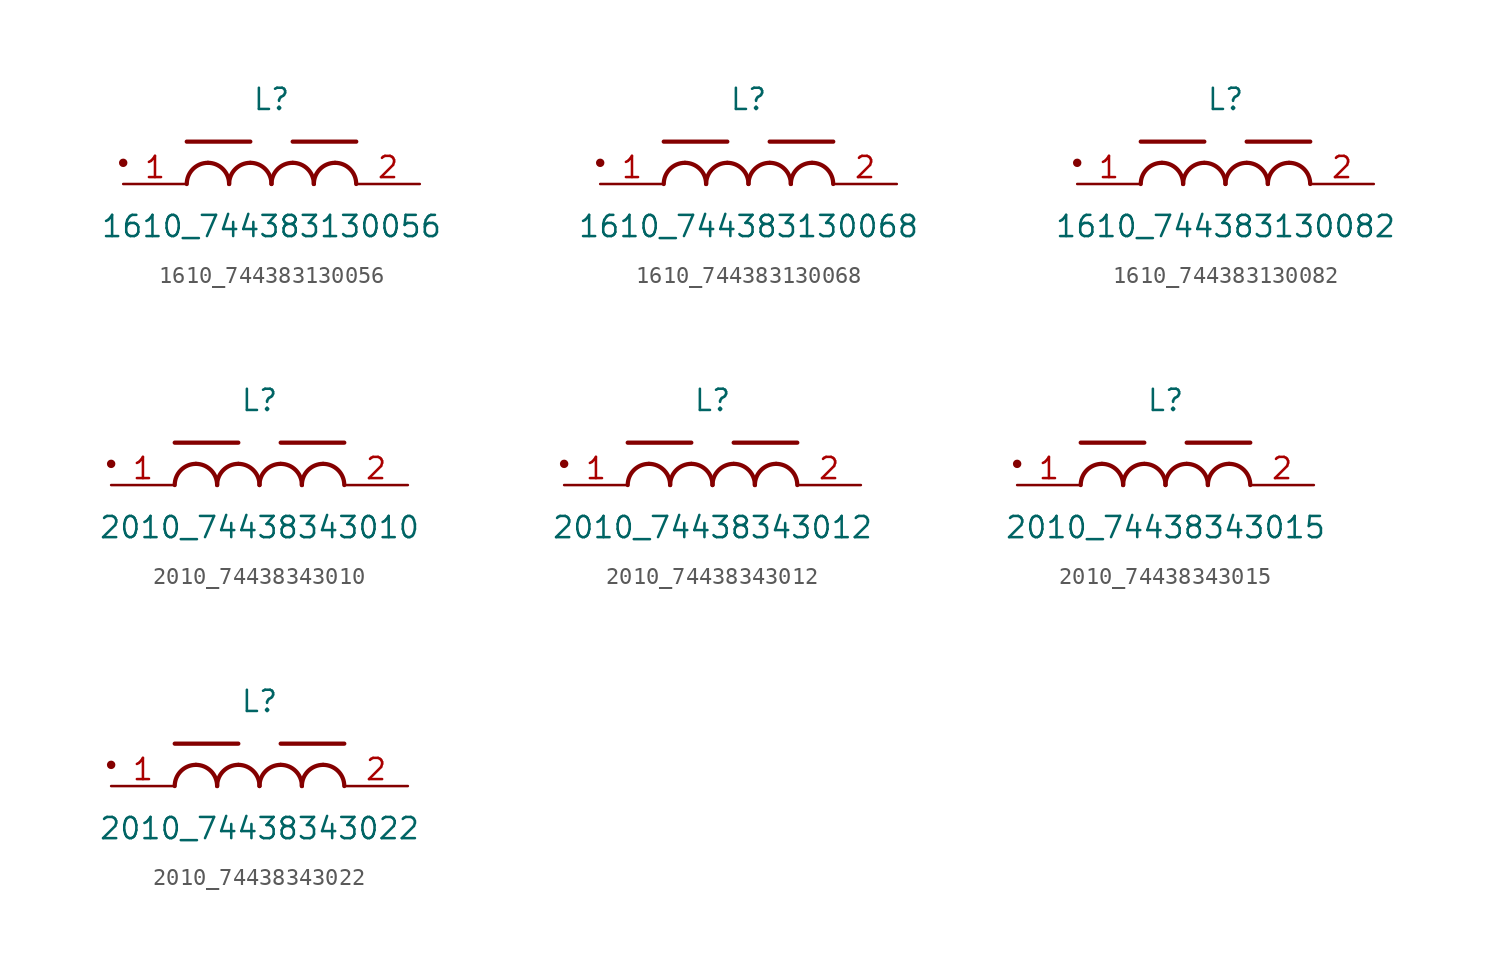
<source format=kicad_sym>
(kicad_symbol_lib
  (version 20211014)
  (generator kicad_symbol_editor)
  (symbol "Inductor_Wurth_WE-MAPI:1610_744383130056"
    (pin_names hide)
    (property "Reference" "L"
      (at 0 5.08 0)
      (effects (font (size 1.27 1.27))))
    (property "Value" "1610_744383130056"
      (at 0 -2.54 0)
      (effects (font (size 1.27 1.27))))
    (symbol "1610_744383130056_0_1"
      (circle (center -8.89 1.27) (radius 0.0001) (stroke (width 0.254)) (stroke (width 0.254) (type default) (color 0 0 0 0)) (fill (type none)))
      (arc (start -3.81 1.27) (mid -4.708 0.898) (end -5.08 0) (stroke (width 0.254) (type default) (color 0 0 0 0)) (fill (type none)))
      (arc (start -2.54 0) (mid -2.912 0.898) (end -3.81 1.27) (stroke (width 0.254) (type default) (color 0 0 0 0)) (fill (type none)))
      (arc (start -1.2699 1.2701) (mid -2.1679 0.8981) (end -2.5399 0.0001) (stroke (width 0.254) (type default) (color 0 0 0 0)) (fill (type none)))
      (polyline (pts (xy -5.08 2.54) (xy -1.27 2.54)) (stroke (width 0.254) (type default) (color 0 0 0 0)) (fill (type none)))
      (polyline (pts (xy 5.08 2.54) (xy 1.27 2.54)) (stroke (width 0.254) (type default) (color 0 0 0 0)) (fill (type none)))
      (arc (start 0.0001 0.0001) (mid -0.3719 0.8981) (end -1.2699 1.2701) (stroke (width 0.254) (type default) (color 0 0 0 0)) (fill (type none)))
      (arc (start 1.2701 1.2701) (mid 0.3721 0.8981) (end 0.0001 0.0001) (stroke (width 0.254) (type default) (color 0 0 0 0)) (fill (type none)))
      (arc (start 2.5401 0.0001) (mid 2.1681 0.8981) (end 1.2701 1.2701) (stroke (width 0.254) (type default) (color 0 0 0 0)) (fill (type none)))
      (arc (start 3.8101 1.2701) (mid 2.9121 0.8981) (end 2.5401 0.0001) (stroke (width 0.254) (type default) (color 0 0 0 0)) (fill (type none)))
      (arc (start 5.0801 0.0001) (mid 4.7081 0.8981) (end 3.8101 1.2701) (stroke (width 0.254) (type default) (color 0 0 0 0)) (fill (type none))))
    (symbol "1610_744383130056_1_1"
      (pin passive line (at -8.89 0 0) (length 3.81) (name "1" (effects (font (size 1.27 1.27)))) (number "1" (effects (font (size 1.27 1.27)))))
      (pin passive line (at 8.89 0 180) (length 3.81) (name "2" (effects (font (size 1.27 1.27)))) (number "2" (effects (font (size 1.27 1.27)))))))
  (symbol "Inductor_Wurth_WE-MAPI:1610_744383130068"
    (pin_names hide)
    (property "Reference" "L"
      (at 0 5.08 0)
      (effects (font (size 1.27 1.27))))
    (property "Value" "1610_744383130068"
      (at 0 -2.54 0)
      (effects (font (size 1.27 1.27))))
    (symbol "1610_744383130068_0_1"
      (circle (center -8.89 1.27) (radius 0.0001) (stroke (width 0.254)) (stroke (width 0.254) (type default) (color 0 0 0 0)) (fill (type none)))
      (arc (start -3.81 1.27) (mid -4.708 0.898) (end -5.08 0) (stroke (width 0.254) (type default) (color 0 0 0 0)) (fill (type none)))
      (arc (start -2.54 0) (mid -2.912 0.898) (end -3.81 1.27) (stroke (width 0.254) (type default) (color 0 0 0 0)) (fill (type none)))
      (arc (start -1.2699 1.2701) (mid -2.1679 0.8981) (end -2.5399 0.0001) (stroke (width 0.254) (type default) (color 0 0 0 0)) (fill (type none)))
      (polyline (pts (xy -5.08 2.54) (xy -1.27 2.54)) (stroke (width 0.254) (type default) (color 0 0 0 0)) (fill (type none)))
      (polyline (pts (xy 5.08 2.54) (xy 1.27 2.54)) (stroke (width 0.254) (type default) (color 0 0 0 0)) (fill (type none)))
      (arc (start 0.0001 0.0001) (mid -0.3719 0.8981) (end -1.2699 1.2701) (stroke (width 0.254) (type default) (color 0 0 0 0)) (fill (type none)))
      (arc (start 1.2701 1.2701) (mid 0.3721 0.8981) (end 0.0001 0.0001) (stroke (width 0.254) (type default) (color 0 0 0 0)) (fill (type none)))
      (arc (start 2.5401 0.0001) (mid 2.1681 0.8981) (end 1.2701 1.2701) (stroke (width 0.254) (type default) (color 0 0 0 0)) (fill (type none)))
      (arc (start 3.8101 1.2701) (mid 2.9121 0.8981) (end 2.5401 0.0001) (stroke (width 0.254) (type default) (color 0 0 0 0)) (fill (type none)))
      (arc (start 5.0801 0.0001) (mid 4.7081 0.8981) (end 3.8101 1.2701) (stroke (width 0.254) (type default) (color 0 0 0 0)) (fill (type none))))
    (symbol "1610_744383130068_1_1"
      (pin passive line (at -8.89 0 0) (length 3.81) (name "1" (effects (font (size 1.27 1.27)))) (number "1" (effects (font (size 1.27 1.27)))))
      (pin passive line (at 8.89 0 180) (length 3.81) (name "2" (effects (font (size 1.27 1.27)))) (number "2" (effects (font (size 1.27 1.27)))))))
  (symbol "Inductor_Wurth_WE-MAPI:1610_744383130082"
    (pin_names hide)
    (property "Reference" "L"
      (at 0 5.08 0)
      (effects (font (size 1.27 1.27))))
    (property "Value" "1610_744383130082"
      (at 0 -2.54 0)
      (effects (font (size 1.27 1.27))))
    (symbol "1610_744383130082_0_1"
      (circle (center -8.89 1.27) (radius 0.0001) (stroke (width 0.254)) (stroke (width 0.254) (type default) (color 0 0 0 0)) (fill (type none)))
      (arc (start -3.81 1.27) (mid -4.708 0.898) (end -5.08 0) (stroke (width 0.254) (type default) (color 0 0 0 0)) (fill (type none)))
      (arc (start -2.54 0) (mid -2.912 0.898) (end -3.81 1.27) (stroke (width 0.254) (type default) (color 0 0 0 0)) (fill (type none)))
      (arc (start -1.2699 1.2701) (mid -2.1679 0.8981) (end -2.5399 0.0001) (stroke (width 0.254) (type default) (color 0 0 0 0)) (fill (type none)))
      (polyline (pts (xy -5.08 2.54) (xy -1.27 2.54)) (stroke (width 0.254) (type default) (color 0 0 0 0)) (fill (type none)))
      (polyline (pts (xy 5.08 2.54) (xy 1.27 2.54)) (stroke (width 0.254) (type default) (color 0 0 0 0)) (fill (type none)))
      (arc (start 0.0001 0.0001) (mid -0.3719 0.8981) (end -1.2699 1.2701) (stroke (width 0.254) (type default) (color 0 0 0 0)) (fill (type none)))
      (arc (start 1.2701 1.2701) (mid 0.3721 0.8981) (end 0.0001 0.0001) (stroke (width 0.254) (type default) (color 0 0 0 0)) (fill (type none)))
      (arc (start 2.5401 0.0001) (mid 2.1681 0.8981) (end 1.2701 1.2701) (stroke (width 0.254) (type default) (color 0 0 0 0)) (fill (type none)))
      (arc (start 3.8101 1.2701) (mid 2.9121 0.8981) (end 2.5401 0.0001) (stroke (width 0.254) (type default) (color 0 0 0 0)) (fill (type none)))
      (arc (start 5.0801 0.0001) (mid 4.7081 0.8981) (end 3.8101 1.2701) (stroke (width 0.254) (type default) (color 0 0 0 0)) (fill (type none))))
    (symbol "1610_744383130082_1_1"
      (pin passive line (at -8.89 0 0) (length 3.81) (name "1" (effects (font (size 1.27 1.27)))) (number "1" (effects (font (size 1.27 1.27)))))
      (pin passive line (at 8.89 0 180) (length 3.81) (name "2" (effects (font (size 1.27 1.27)))) (number "2" (effects (font (size 1.27 1.27)))))))
  (symbol "Inductor_Wurth_WE-MAPI:2010_74438343010"
    (pin_names hide)
    (property "Reference" "L"
      (at 0 5.08 0)
      (effects (font (size 1.27 1.27))))
    (property "Value" "2010_74438343010"
      (at 0 -2.54 0)
      (effects (font (size 1.27 1.27))))
    (symbol "2010_74438343010_0_1"
      (circle (center -8.89 1.27) (radius 0.0001) (stroke (width 0.254)) (stroke (width 0.254) (type default) (color 0 0 0 0)) (fill (type none)))
      (arc (start -3.81 1.27) (mid -4.708 0.898) (end -5.08 0) (stroke (width 0.254) (type default) (color 0 0 0 0)) (fill (type none)))
      (arc (start -2.54 0) (mid -2.912 0.898) (end -3.81 1.27) (stroke (width 0.254) (type default) (color 0 0 0 0)) (fill (type none)))
      (arc (start -1.2699 1.2701) (mid -2.1679 0.8981) (end -2.5399 0.0001) (stroke (width 0.254) (type default) (color 0 0 0 0)) (fill (type none)))
      (polyline (pts (xy -5.08 2.54) (xy -1.27 2.54)) (stroke (width 0.254) (type default) (color 0 0 0 0)) (fill (type none)))
      (polyline (pts (xy 5.08 2.54) (xy 1.27 2.54)) (stroke (width 0.254) (type default) (color 0 0 0 0)) (fill (type none)))
      (arc (start 0.0001 0.0001) (mid -0.3719 0.8981) (end -1.2699 1.2701) (stroke (width 0.254) (type default) (color 0 0 0 0)) (fill (type none)))
      (arc (start 1.2701 1.2701) (mid 0.3721 0.8981) (end 0.0001 0.0001) (stroke (width 0.254) (type default) (color 0 0 0 0)) (fill (type none)))
      (arc (start 2.5401 0.0001) (mid 2.1681 0.8981) (end 1.2701 1.2701) (stroke (width 0.254) (type default) (color 0 0 0 0)) (fill (type none)))
      (arc (start 3.8101 1.2701) (mid 2.9121 0.8981) (end 2.5401 0.0001) (stroke (width 0.254) (type default) (color 0 0 0 0)) (fill (type none)))
      (arc (start 5.0801 0.0001) (mid 4.7081 0.8981) (end 3.8101 1.2701) (stroke (width 0.254) (type default) (color 0 0 0 0)) (fill (type none))))
    (symbol "2010_74438343010_1_1"
      (pin passive line (at -8.89 0 0) (length 3.81) (name "1" (effects (font (size 1.27 1.27)))) (number "1" (effects (font (size 1.27 1.27)))))
      (pin passive line (at 8.89 0 180) (length 3.81) (name "2" (effects (font (size 1.27 1.27)))) (number "2" (effects (font (size 1.27 1.27)))))))
  (symbol "Inductor_Wurth_WE-MAPI:2010_74438343012"
    (pin_names hide)
    (property "Reference" "L"
      (at 0 5.08 0)
      (effects (font (size 1.27 1.27))))
    (property "Value" "2010_74438343012"
      (at 0 -2.54 0)
      (effects (font (size 1.27 1.27))))
    (symbol "2010_74438343012_0_1"
      (circle (center -8.89 1.27) (radius 0.0001) (stroke (width 0.254)) (stroke (width 0.254) (type default) (color 0 0 0 0)) (fill (type none)))
      (arc (start -3.81 1.27) (mid -4.708 0.898) (end -5.08 0) (stroke (width 0.254) (type default) (color 0 0 0 0)) (fill (type none)))
      (arc (start -2.54 0) (mid -2.912 0.898) (end -3.81 1.27) (stroke (width 0.254) (type default) (color 0 0 0 0)) (fill (type none)))
      (arc (start -1.2699 1.2701) (mid -2.1679 0.8981) (end -2.5399 0.0001) (stroke (width 0.254) (type default) (color 0 0 0 0)) (fill (type none)))
      (polyline (pts (xy -5.08 2.54) (xy -1.27 2.54)) (stroke (width 0.254) (type default) (color 0 0 0 0)) (fill (type none)))
      (polyline (pts (xy 5.08 2.54) (xy 1.27 2.54)) (stroke (width 0.254) (type default) (color 0 0 0 0)) (fill (type none)))
      (arc (start 0.0001 0.0001) (mid -0.3719 0.8981) (end -1.2699 1.2701) (stroke (width 0.254) (type default) (color 0 0 0 0)) (fill (type none)))
      (arc (start 1.2701 1.2701) (mid 0.3721 0.8981) (end 0.0001 0.0001) (stroke (width 0.254) (type default) (color 0 0 0 0)) (fill (type none)))
      (arc (start 2.5401 0.0001) (mid 2.1681 0.8981) (end 1.2701 1.2701) (stroke (width 0.254) (type default) (color 0 0 0 0)) (fill (type none)))
      (arc (start 3.8101 1.2701) (mid 2.9121 0.8981) (end 2.5401 0.0001) (stroke (width 0.254) (type default) (color 0 0 0 0)) (fill (type none)))
      (arc (start 5.0801 0.0001) (mid 4.7081 0.8981) (end 3.8101 1.2701) (stroke (width 0.254) (type default) (color 0 0 0 0)) (fill (type none))))
    (symbol "2010_74438343012_1_1"
      (pin passive line (at -8.89 0 0) (length 3.81) (name "1" (effects (font (size 1.27 1.27)))) (number "1" (effects (font (size 1.27 1.27)))))
      (pin passive line (at 8.89 0 180) (length 3.81) (name "2" (effects (font (size 1.27 1.27)))) (number "2" (effects (font (size 1.27 1.27)))))))
  (symbol "Inductor_Wurth_WE-MAPI:2010_74438343015"
    (pin_names hide)
    (property "Reference" "L"
      (at 0 5.08 0)
      (effects (font (size 1.27 1.27))))
    (property "Value" "2010_74438343015"
      (at 0 -2.54 0)
      (effects (font (size 1.27 1.27))))
    (symbol "2010_74438343015_0_1"
      (circle (center -8.89 1.27) (radius 0.0001) (stroke (width 0.254)) (stroke (width 0.254) (type default) (color 0 0 0 0)) (fill (type none)))
      (arc (start -3.81 1.27) (mid -4.708 0.898) (end -5.08 0) (stroke (width 0.254) (type default) (color 0 0 0 0)) (fill (type none)))
      (arc (start -2.54 0) (mid -2.912 0.898) (end -3.81 1.27) (stroke (width 0.254) (type default) (color 0 0 0 0)) (fill (type none)))
      (arc (start -1.2699 1.2701) (mid -2.1679 0.8981) (end -2.5399 0.0001) (stroke (width 0.254) (type default) (color 0 0 0 0)) (fill (type none)))
      (polyline (pts (xy -5.08 2.54) (xy -1.27 2.54)) (stroke (width 0.254) (type default) (color 0 0 0 0)) (fill (type none)))
      (polyline (pts (xy 5.08 2.54) (xy 1.27 2.54)) (stroke (width 0.254) (type default) (color 0 0 0 0)) (fill (type none)))
      (arc (start 0.0001 0.0001) (mid -0.3719 0.8981) (end -1.2699 1.2701) (stroke (width 0.254) (type default) (color 0 0 0 0)) (fill (type none)))
      (arc (start 1.2701 1.2701) (mid 0.3721 0.8981) (end 0.0001 0.0001) (stroke (width 0.254) (type default) (color 0 0 0 0)) (fill (type none)))
      (arc (start 2.5401 0.0001) (mid 2.1681 0.8981) (end 1.2701 1.2701) (stroke (width 0.254) (type default) (color 0 0 0 0)) (fill (type none)))
      (arc (start 3.8101 1.2701) (mid 2.9121 0.8981) (end 2.5401 0.0001) (stroke (width 0.254) (type default) (color 0 0 0 0)) (fill (type none)))
      (arc (start 5.0801 0.0001) (mid 4.7081 0.8981) (end 3.8101 1.2701) (stroke (width 0.254) (type default) (color 0 0 0 0)) (fill (type none))))
    (symbol "2010_74438343015_1_1"
      (pin passive line (at -8.89 0 0) (length 3.81) (name "1" (effects (font (size 1.27 1.27)))) (number "1" (effects (font (size 1.27 1.27)))))
      (pin passive line (at 8.89 0 180) (length 3.81) (name "2" (effects (font (size 1.27 1.27)))) (number "2" (effects (font (size 1.27 1.27)))))))
  (symbol "Inductor_Wurth_WE-MAPI:2010_74438343022"
    (pin_names hide)
    (property "Reference" "L"
      (at 0 5.08 0)
      (effects (font (size 1.27 1.27))))
    (property "Value" "2010_74438343022"
      (at 0 -2.54 0)
      (effects (font (size 1.27 1.27))))
    (symbol "2010_74438343022_0_1"
      (circle (center -8.89 1.27) (radius 0.0001) (stroke (width 0.254)) (stroke (width 0.254) (type default) (color 0 0 0 0)) (fill (type none)))
      (arc (start -3.81 1.27) (mid -4.708 0.898) (end -5.08 0) (stroke (width 0.254) (type default) (color 0 0 0 0)) (fill (type none)))
      (arc (start -2.54 0) (mid -2.912 0.898) (end -3.81 1.27) (stroke (width 0.254) (type default) (color 0 0 0 0)) (fill (type none)))
      (arc (start -1.2699 1.2701) (mid -2.1679 0.8981) (end -2.5399 0.0001) (stroke (width 0.254) (type default) (color 0 0 0 0)) (fill (type none)))
      (polyline (pts (xy -5.08 2.54) (xy -1.27 2.54)) (stroke (width 0.254) (type default) (color 0 0 0 0)) (fill (type none)))
      (polyline (pts (xy 5.08 2.54) (xy 1.27 2.54)) (stroke (width 0.254) (type default) (color 0 0 0 0)) (fill (type none)))
      (arc (start 0.0001 0.0001) (mid -0.3719 0.8981) (end -1.2699 1.2701) (stroke (width 0.254) (type default) (color 0 0 0 0)) (fill (type none)))
      (arc (start 1.2701 1.2701) (mid 0.3721 0.8981) (end 0.0001 0.0001) (stroke (width 0.254) (type default) (color 0 0 0 0)) (fill (type none)))
      (arc (start 2.5401 0.0001) (mid 2.1681 0.8981) (end 1.2701 1.2701) (stroke (width 0.254) (type default) (color 0 0 0 0)) (fill (type none)))
      (arc (start 3.8101 1.2701) (mid 2.9121 0.8981) (end 2.5401 0.0001) (stroke (width 0.254) (type default) (color 0 0 0 0)) (fill (type none)))
      (arc (start 5.0801 0.0001) (mid 4.7081 0.8981) (end 3.8101 1.2701) (stroke (width 0.254) (type default) (color 0 0 0 0)) (fill (type none))))
    (symbol "2010_74438343022_1_1"
      (pin passive line (at -8.89 0 0) (length 3.81) (name "1" (effects (font (size 1.27 1.27)))) (number "1" (effects (font (size 1.27 1.27)))))
      (pin passive line (at 8.89 0 180) (length 3.81) (name "2" (effects (font (size 1.27 1.27)))) (number "2" (effects (font (size 1.27 1.27))))))))
</source>
